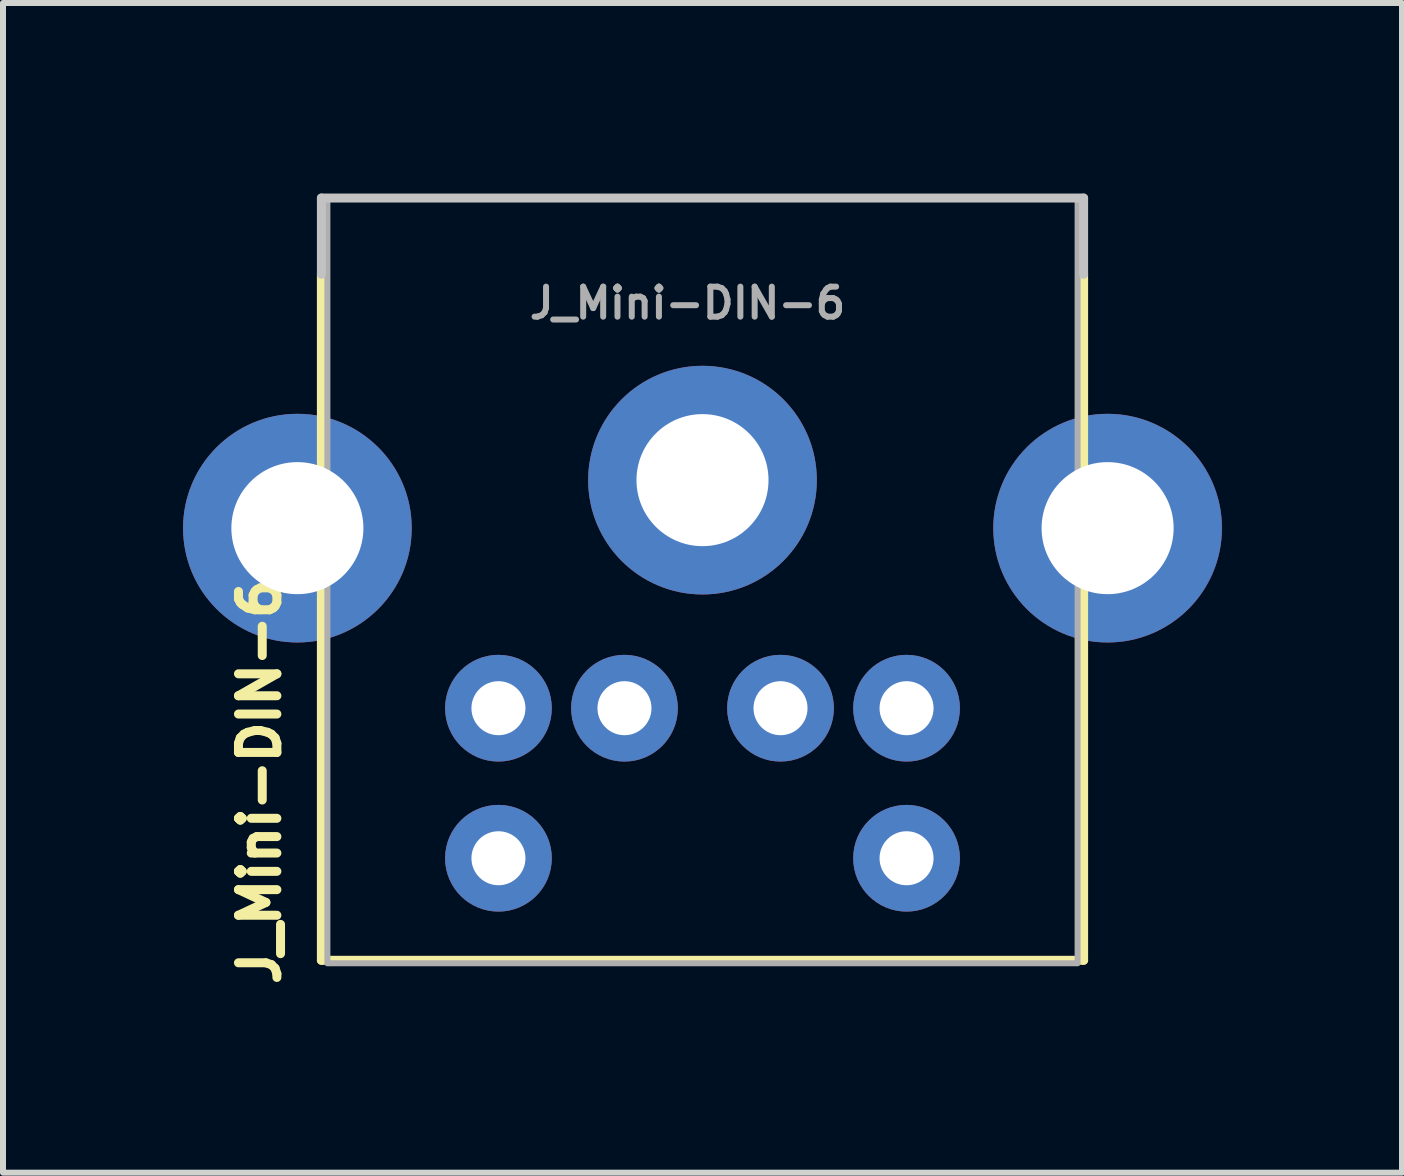
<source format=kicad_pcb>
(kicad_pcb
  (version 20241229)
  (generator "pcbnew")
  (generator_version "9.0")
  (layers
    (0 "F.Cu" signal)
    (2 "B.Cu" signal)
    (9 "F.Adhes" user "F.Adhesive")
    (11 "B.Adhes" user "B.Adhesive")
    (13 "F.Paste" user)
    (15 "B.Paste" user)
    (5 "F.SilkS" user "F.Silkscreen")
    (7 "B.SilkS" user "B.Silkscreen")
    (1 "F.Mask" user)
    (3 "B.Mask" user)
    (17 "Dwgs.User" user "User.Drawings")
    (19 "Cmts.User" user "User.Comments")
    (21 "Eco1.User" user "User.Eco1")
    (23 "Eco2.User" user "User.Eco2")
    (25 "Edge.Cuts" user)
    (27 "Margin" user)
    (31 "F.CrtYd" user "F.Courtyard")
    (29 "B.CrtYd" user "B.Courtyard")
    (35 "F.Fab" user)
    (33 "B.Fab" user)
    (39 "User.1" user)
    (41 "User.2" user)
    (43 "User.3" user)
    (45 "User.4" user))
  (footprint "J_Mini-DIN-6"
    (layer "F.Cu")
    (at 8.655 0.25)
    (property "Reference" "J_Mini-DIN-6" (at -7.38 9.725 270) (layer "F.SilkS") (effects (font (size 0.64 0.64) (thickness 0.15))))
    (attr through_hole exclude_from_pos_files)
    (fp_line (start -6.35 1.27) (end -6.35 12.7) (stroke (width 0.15) (type solid)) (layer "F.SilkS"))
    (fp_line (start -6.35 12.7) (end 6.35 12.7) (stroke (width 0.15) (type solid)) (layer "F.SilkS"))
    (fp_line (start 6.35 12.7) (end 6.35 1.27) (stroke (width 0.15) (type solid)) (layer "F.SilkS"))
    (fp_line (start -6.35 0) (end -6.35 1.27) (stroke (width 0.15) (type solid)) (layer "Dwgs.User"))
    (fp_line (start -6.35 0) (end 6.35 0) (stroke (width 0.15) (type solid)) (layer "Dwgs.User"))
    (fp_line (start 6.35 0) (end 6.35 1.27) (stroke (width 0.15) (type solid)) (layer "Dwgs.User"))
    (fp_rect (start -6.25 0) (end 6.25 12.75) (stroke (width 0.1) (type solid)) (fill no) (layer "F.Fab"))
    (fp_text user "${REFERENCE}" (at -0.25 1.75 0) (layer "F.Fab") (effects (font (size 0.5 0.5) (thickness 0.1))))
    (pad "1" thru_hole circle (at -1.3 8.5) (size 1.778 1.778) (drill 0.9) (layers "*.Cu" "*.Mask"))
    (pad "2" thru_hole circle (at 1.3 8.5) (size 1.778 1.778) (drill 0.9) (layers "*.Cu" "*.Mask"))
    (pad "3" thru_hole circle (at -3.4 8.5) (size 1.778 1.778) (drill 0.9) (layers "*.Cu" "*.Mask"))
    (pad "4" thru_hole circle (at 3.4 8.5) (size 1.778 1.778) (drill 0.9) (layers "*.Cu" "*.Mask"))
    (pad "5" thru_hole circle (at -3.4 11) (size 1.778 1.778) (drill 0.9) (layers "*.Cu" "*.Mask"))
    (pad "6" thru_hole circle (at 3.4 11) (size 1.778 1.778) (drill 0.9) (layers "*.Cu" "*.Mask"))
    (pad "C1" thru_hole circle (at -6.75 5.5) (size 3.81 3.81) (drill 2.2) (layers "*.Cu" "*.Mask"))
    (pad "C2" thru_hole circle (at 6.75 5.5) (size 3.81 3.81) (drill 2.2) (layers "*.Cu" "*.Mask"))
    (pad "SH" thru_hole circle (at 0 4.7) (size 3.81 3.81) (drill 2.2) (layers "*.Cu" "*.Mask")))
  (gr_rect
    (start -3 -3)
    (end 20.31 16.489)
    (stroke (width 0.1) (type default))
    (fill no)
    (layer "Edge.Cuts")))
</source>
